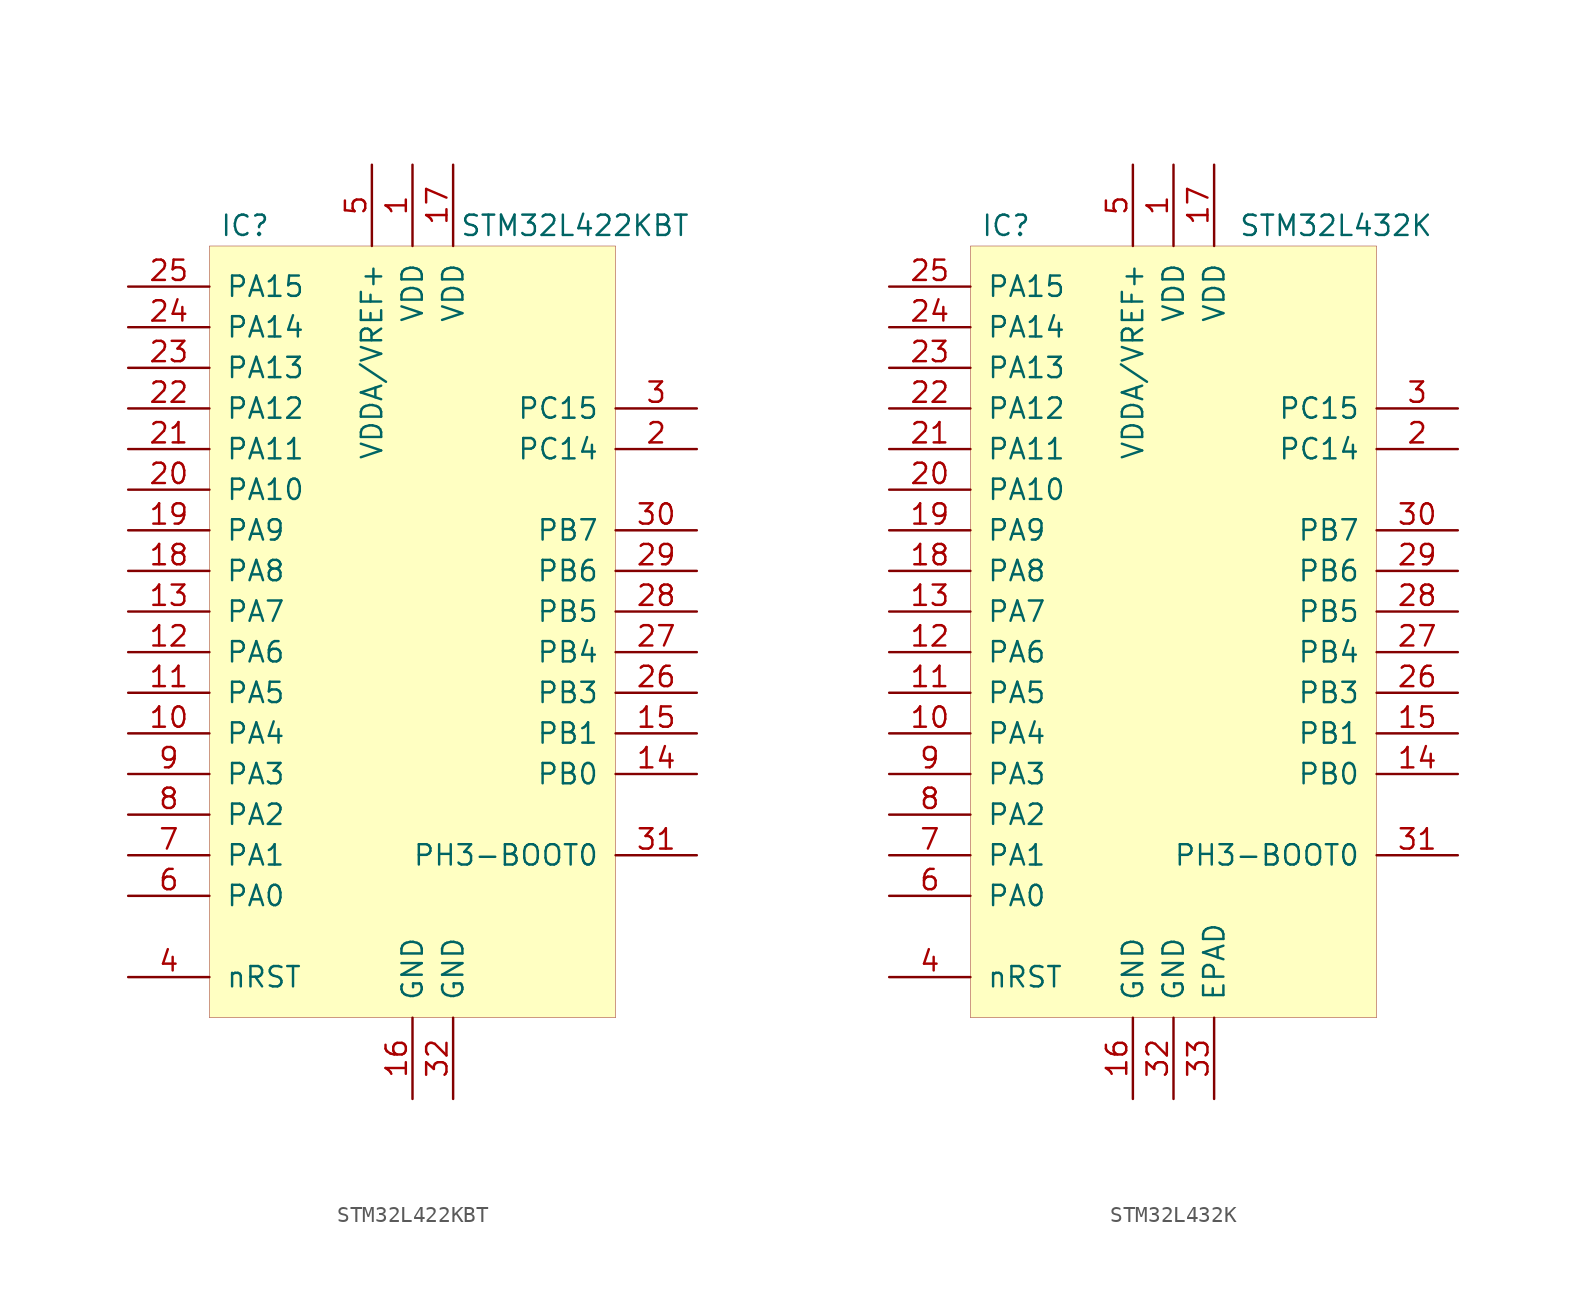
<source format=kicad_sym>
(kicad_symbol_lib
  (version 20220914)
  (generator kicad_symbol_editor)
  (symbol "STM32L422KBT"
    (pin_names
      (offset 1.016))
    (property "Reference" "IC"
      (at -8.89 26.67 0)
      (effects (font (size 1.27 1.27)) (justify right)))
    (property "Value" "STM32L422KBT"
      (at 10.16 26.67 0)
      (effects (font (size 1.27 1.27))))
    (symbol "STM32L422KBT_1_1"
      (rectangle (start -12.7 25.4) (end 12.7 -22.86) (stroke (width 0.025) (type default)) (fill (type background)))
      (pin power_in line (at 0 30.48 270) (length 5.08) (name "VDD" (effects (font (size 1.27 1.27)))) (number "1" (effects (font (size 1.27 1.27)))))
      (pin bidirectional line (at -17.78 -5.08 0) (length 5.08) (name "PA4" (effects (font (size 1.27 1.27)))) (number "10" (effects (font (size 1.27 1.27)))))
      (pin bidirectional line (at -17.78 -2.54 0) (length 5.08) (name "PA5" (effects (font (size 1.27 1.27)))) (number "11" (effects (font (size 1.27 1.27)))))
      (pin bidirectional line (at -17.78 0 0) (length 5.08) (name "PA6" (effects (font (size 1.27 1.27)))) (number "12" (effects (font (size 1.27 1.27)))))
      (pin bidirectional line (at -17.78 2.54 0) (length 5.08) (name "PA7" (effects (font (size 1.27 1.27)))) (number "13" (effects (font (size 1.27 1.27)))))
      (pin bidirectional line (at 17.78 -7.62 180) (length 5.08) (name "PB0" (effects (font (size 1.27 1.27)))) (number "14" (effects (font (size 1.27 1.27)))))
      (pin bidirectional line (at 17.78 -5.08 180) (length 5.08) (name "PB1" (effects (font (size 1.27 1.27)))) (number "15" (effects (font (size 1.27 1.27)))))
      (pin power_in line (at 0 -27.94 90) (length 5.08) (name "GND" (effects (font (size 1.27 1.27)))) (number "16" (effects (font (size 1.27 1.27)))))
      (pin power_in line (at 2.54 30.48 270) (length 5.08) (name "VDD" (effects (font (size 1.27 1.27)))) (number "17" (effects (font (size 1.27 1.27)))))
      (pin bidirectional line (at -17.78 5.08 0) (length 5.08) (name "PA8" (effects (font (size 1.27 1.27)))) (number "18" (effects (font (size 1.27 1.27)))))
      (pin bidirectional line (at -17.78 7.62 0) (length 5.08) (name "PA9" (effects (font (size 1.27 1.27)))) (number "19" (effects (font (size 1.27 1.27)))))
      (pin bidirectional line (at 17.78 12.7 180) (length 5.08) (name "PC14" (effects (font (size 1.27 1.27)))) (number "2" (effects (font (size 1.27 1.27)))))
      (pin bidirectional line (at -17.78 10.16 0) (length 5.08) (name "PA10" (effects (font (size 1.27 1.27)))) (number "20" (effects (font (size 1.27 1.27)))))
      (pin bidirectional line (at -17.78 12.7 0) (length 5.08) (name "PA11" (effects (font (size 1.27 1.27)))) (number "21" (effects (font (size 1.27 1.27)))))
      (pin bidirectional line (at -17.78 15.24 0) (length 5.08) (name "PA12" (effects (font (size 1.27 1.27)))) (number "22" (effects (font (size 1.27 1.27)))))
      (pin bidirectional line (at -17.78 17.78 0) (length 5.08) (name "PA13" (effects (font (size 1.27 1.27)))) (number "23" (effects (font (size 1.27 1.27)))))
      (pin bidirectional line (at -17.78 20.32 0) (length 5.08) (name "PA14" (effects (font (size 1.27 1.27)))) (number "24" (effects (font (size 1.27 1.27)))))
      (pin bidirectional line (at -17.78 22.86 0) (length 5.08) (name "PA15" (effects (font (size 1.27 1.27)))) (number "25" (effects (font (size 1.27 1.27)))))
      (pin bidirectional line (at 17.78 -2.54 180) (length 5.08) (name "PB3" (effects (font (size 1.27 1.27)))) (number "26" (effects (font (size 1.27 1.27)))))
      (pin bidirectional line (at 17.78 0 180) (length 5.08) (name "PB4" (effects (font (size 1.27 1.27)))) (number "27" (effects (font (size 1.27 1.27)))))
      (pin bidirectional line (at 17.78 2.54 180) (length 5.08) (name "PB5" (effects (font (size 1.27 1.27)))) (number "28" (effects (font (size 1.27 1.27)))))
      (pin bidirectional line (at 17.78 5.08 180) (length 5.08) (name "PB6" (effects (font (size 1.27 1.27)))) (number "29" (effects (font (size 1.27 1.27)))))
      (pin bidirectional line (at 17.78 15.24 180) (length 5.08) (name "PC15" (effects (font (size 1.27 1.27)))) (number "3" (effects (font (size 1.27 1.27)))))
      (pin bidirectional line (at 17.78 7.62 180) (length 5.08) (name "PB7" (effects (font (size 1.27 1.27)))) (number "30" (effects (font (size 1.27 1.27)))))
      (pin bidirectional line (at 17.78 -12.7 180) (length 5.08) (name "PH3-BOOT0" (effects (font (size 1.27 1.27)))) (number "31" (effects (font (size 1.27 1.27)))))
      (pin power_in line (at 2.54 -27.94 90) (length 5.08) (name "GND" (effects (font (size 1.27 1.27)))) (number "32" (effects (font (size 1.27 1.27)))))
      (pin input line (at -17.78 -20.32 0) (length 5.08) (name "nRST" (effects (font (size 1.27 1.27)))) (number "4" (effects (font (size 1.27 1.27)))))
      (pin power_in line (at -2.54 30.48 270) (length 5.08) (name "VDDA/VREF+" (effects (font (size 1.27 1.27)))) (number "5" (effects (font (size 1.27 1.27)))))
      (pin bidirectional line (at -17.78 -15.24 0) (length 5.08) (name "PA0" (effects (font (size 1.27 1.27)))) (number "6" (effects (font (size 1.27 1.27)))))
      (pin bidirectional line (at -17.78 -12.7 0) (length 5.08) (name "PA1" (effects (font (size 1.27 1.27)))) (number "7" (effects (font (size 1.27 1.27)))))
      (pin bidirectional line (at -17.78 -10.16 0) (length 5.08) (name "PA2" (effects (font (size 1.27 1.27)))) (number "8" (effects (font (size 1.27 1.27)))))
      (pin bidirectional line (at -17.78 -7.62 0) (length 5.08) (name "PA3" (effects (font (size 1.27 1.27)))) (number "9" (effects (font (size 1.27 1.27)))))))
  (symbol "STM32L432K"
    (pin_names
      (offset 1.016))
    (property "Reference" "IC"
      (at -8.89 26.67 0)
      (effects (font (size 1.27 1.27)) (justify right)))
    (property "Value" "STM32L432K"
      (at 10.16 26.67 0)
      (effects (font (size 1.27 1.27))))
    (symbol "STM32L432K_1_1"
      (rectangle (start -12.7 25.4) (end 12.7 -22.86) (stroke (width 0.025) (type default)) (fill (type background)))
      (pin power_in line (at 0 30.48 270) (length 5.08) (name "VDD" (effects (font (size 1.27 1.27)))) (number "1" (effects (font (size 1.27 1.27)))))
      (pin bidirectional line (at -17.78 -5.08 0) (length 5.08) (name "PA4" (effects (font (size 1.27 1.27)))) (number "10" (effects (font (size 1.27 1.27)))))
      (pin bidirectional line (at -17.78 -2.54 0) (length 5.08) (name "PA5" (effects (font (size 1.27 1.27)))) (number "11" (effects (font (size 1.27 1.27)))))
      (pin bidirectional line (at -17.78 0 0) (length 5.08) (name "PA6" (effects (font (size 1.27 1.27)))) (number "12" (effects (font (size 1.27 1.27)))))
      (pin bidirectional line (at -17.78 2.54 0) (length 5.08) (name "PA7" (effects (font (size 1.27 1.27)))) (number "13" (effects (font (size 1.27 1.27)))))
      (pin bidirectional line (at 17.78 -7.62 180) (length 5.08) (name "PB0" (effects (font (size 1.27 1.27)))) (number "14" (effects (font (size 1.27 1.27)))))
      (pin bidirectional line (at 17.78 -5.08 180) (length 5.08) (name "PB1" (effects (font (size 1.27 1.27)))) (number "15" (effects (font (size 1.27 1.27)))))
      (pin power_in line (at -2.54 -27.94 90) (length 5.08) (name "GND" (effects (font (size 1.27 1.27)))) (number "16" (effects (font (size 1.27 1.27)))))
      (pin power_in line (at 2.54 30.48 270) (length 5.08) (name "VDD" (effects (font (size 1.27 1.27)))) (number "17" (effects (font (size 1.27 1.27)))))
      (pin bidirectional line (at -17.78 5.08 0) (length 5.08) (name "PA8" (effects (font (size 1.27 1.27)))) (number "18" (effects (font (size 1.27 1.27)))))
      (pin bidirectional line (at -17.78 7.62 0) (length 5.08) (name "PA9" (effects (font (size 1.27 1.27)))) (number "19" (effects (font (size 1.27 1.27)))))
      (pin bidirectional line (at 17.78 12.7 180) (length 5.08) (name "PC14" (effects (font (size 1.27 1.27)))) (number "2" (effects (font (size 1.27 1.27)))))
      (pin bidirectional line (at -17.78 10.16 0) (length 5.08) (name "PA10" (effects (font (size 1.27 1.27)))) (number "20" (effects (font (size 1.27 1.27)))))
      (pin bidirectional line (at -17.78 12.7 0) (length 5.08) (name "PA11" (effects (font (size 1.27 1.27)))) (number "21" (effects (font (size 1.27 1.27)))))
      (pin bidirectional line (at -17.78 15.24 0) (length 5.08) (name "PA12" (effects (font (size 1.27 1.27)))) (number "22" (effects (font (size 1.27 1.27)))))
      (pin bidirectional line (at -17.78 17.78 0) (length 5.08) (name "PA13" (effects (font (size 1.27 1.27)))) (number "23" (effects (font (size 1.27 1.27)))))
      (pin bidirectional line (at -17.78 20.32 0) (length 5.08) (name "PA14" (effects (font (size 1.27 1.27)))) (number "24" (effects (font (size 1.27 1.27)))))
      (pin bidirectional line (at -17.78 22.86 0) (length 5.08) (name "PA15" (effects (font (size 1.27 1.27)))) (number "25" (effects (font (size 1.27 1.27)))))
      (pin bidirectional line (at 17.78 -2.54 180) (length 5.08) (name "PB3" (effects (font (size 1.27 1.27)))) (number "26" (effects (font (size 1.27 1.27)))))
      (pin bidirectional line (at 17.78 0 180) (length 5.08) (name "PB4" (effects (font (size 1.27 1.27)))) (number "27" (effects (font (size 1.27 1.27)))))
      (pin bidirectional line (at 17.78 2.54 180) (length 5.08) (name "PB5" (effects (font (size 1.27 1.27)))) (number "28" (effects (font (size 1.27 1.27)))))
      (pin bidirectional line (at 17.78 5.08 180) (length 5.08) (name "PB6" (effects (font (size 1.27 1.27)))) (number "29" (effects (font (size 1.27 1.27)))))
      (pin bidirectional line (at 17.78 15.24 180) (length 5.08) (name "PC15" (effects (font (size 1.27 1.27)))) (number "3" (effects (font (size 1.27 1.27)))))
      (pin bidirectional line (at 17.78 7.62 180) (length 5.08) (name "PB7" (effects (font (size 1.27 1.27)))) (number "30" (effects (font (size 1.27 1.27)))))
      (pin bidirectional line (at 17.78 -12.7 180) (length 5.08) (name "PH3-BOOT0" (effects (font (size 1.27 1.27)))) (number "31" (effects (font (size 1.27 1.27)))))
      (pin power_in line (at 0 -27.94 90) (length 5.08) (name "GND" (effects (font (size 1.27 1.27)))) (number "32" (effects (font (size 1.27 1.27)))))
      (pin passive line (at 2.54 -27.94 90) (length 5.08) (name "EPAD" (effects (font (size 1.27 1.27)))) (number "33" (effects (font (size 1.27 1.27)))))
      (pin input line (at -17.78 -20.32 0) (length 5.08) (name "nRST" (effects (font (size 1.27 1.27)))) (number "4" (effects (font (size 1.27 1.27)))))
      (pin power_in line (at -2.54 30.48 270) (length 5.08) (name "VDDA/VREF+" (effects (font (size 1.27 1.27)))) (number "5" (effects (font (size 1.27 1.27)))))
      (pin bidirectional line (at -17.78 -15.24 0) (length 5.08) (name "PA0" (effects (font (size 1.27 1.27)))) (number "6" (effects (font (size 1.27 1.27)))))
      (pin bidirectional line (at -17.78 -12.7 0) (length 5.08) (name "PA1" (effects (font (size 1.27 1.27)))) (number "7" (effects (font (size 1.27 1.27)))))
      (pin bidirectional line (at -17.78 -10.16 0) (length 5.08) (name "PA2" (effects (font (size 1.27 1.27)))) (number "8" (effects (font (size 1.27 1.27)))))
      (pin bidirectional line (at -17.78 -7.62 0) (length 5.08) (name "PA3" (effects (font (size 1.27 1.27)))) (number "9" (effects (font (size 1.27 1.27))))))))
</source>
